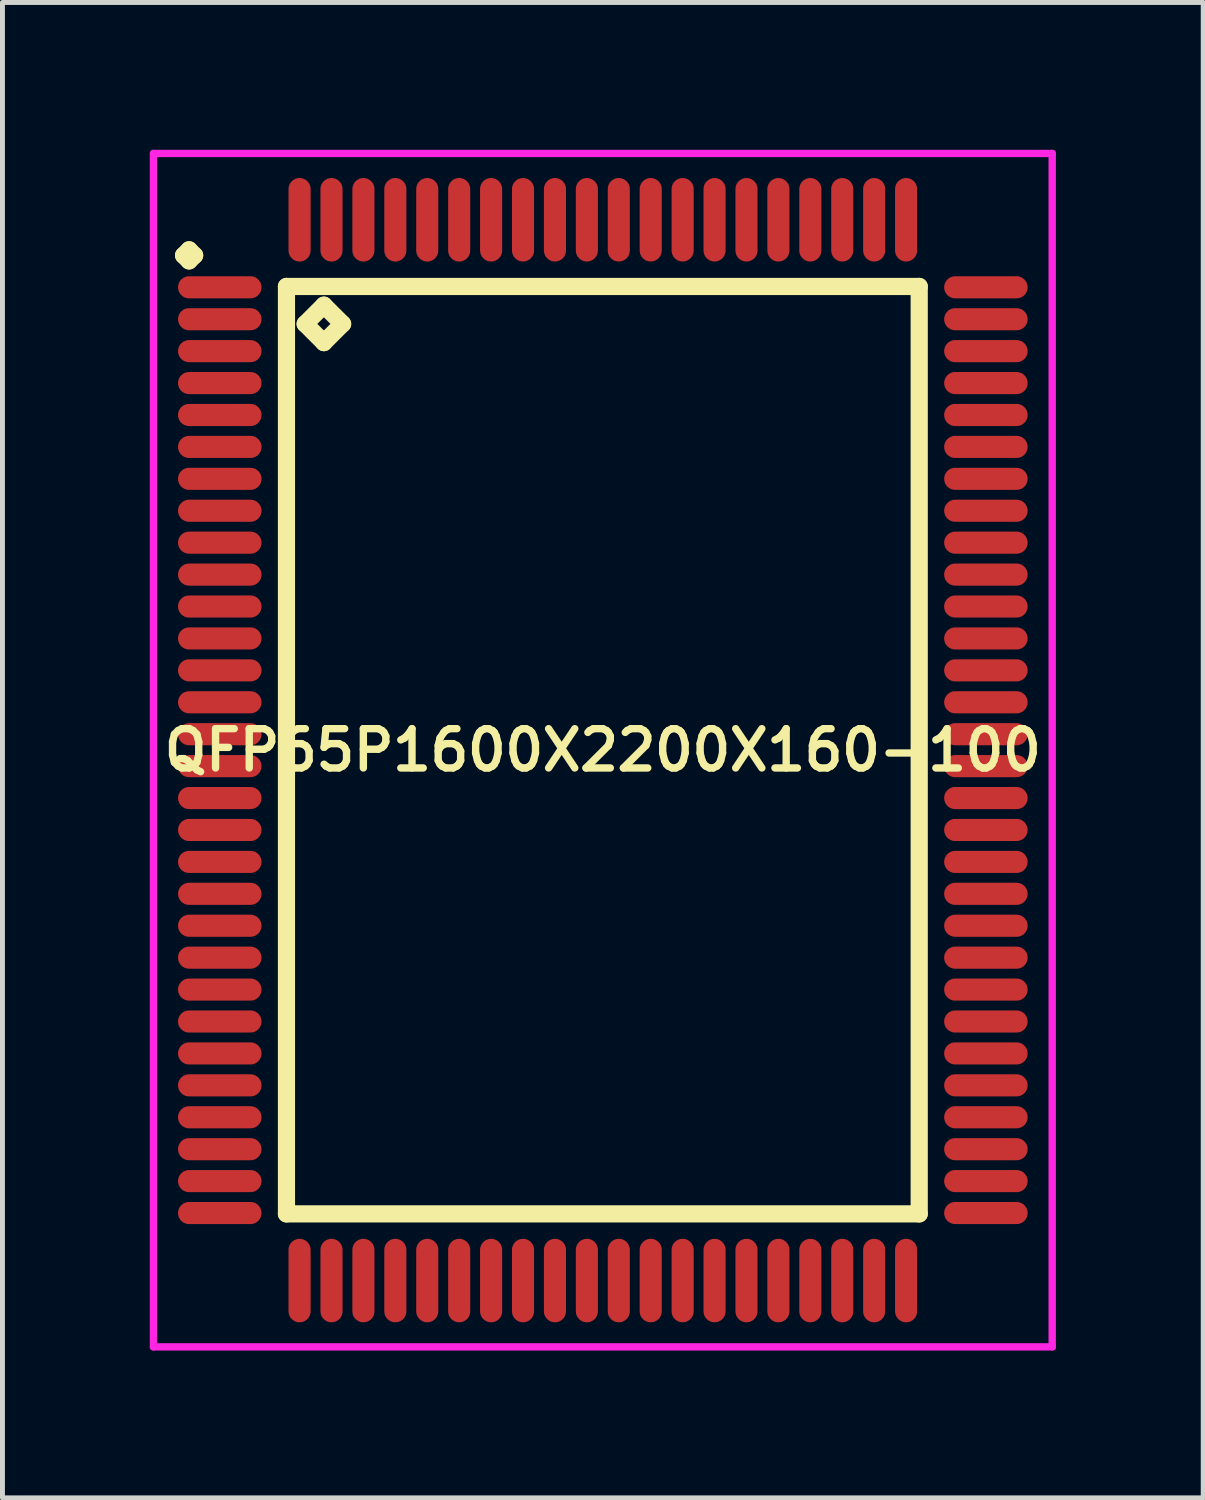
<source format=kicad_pcb>
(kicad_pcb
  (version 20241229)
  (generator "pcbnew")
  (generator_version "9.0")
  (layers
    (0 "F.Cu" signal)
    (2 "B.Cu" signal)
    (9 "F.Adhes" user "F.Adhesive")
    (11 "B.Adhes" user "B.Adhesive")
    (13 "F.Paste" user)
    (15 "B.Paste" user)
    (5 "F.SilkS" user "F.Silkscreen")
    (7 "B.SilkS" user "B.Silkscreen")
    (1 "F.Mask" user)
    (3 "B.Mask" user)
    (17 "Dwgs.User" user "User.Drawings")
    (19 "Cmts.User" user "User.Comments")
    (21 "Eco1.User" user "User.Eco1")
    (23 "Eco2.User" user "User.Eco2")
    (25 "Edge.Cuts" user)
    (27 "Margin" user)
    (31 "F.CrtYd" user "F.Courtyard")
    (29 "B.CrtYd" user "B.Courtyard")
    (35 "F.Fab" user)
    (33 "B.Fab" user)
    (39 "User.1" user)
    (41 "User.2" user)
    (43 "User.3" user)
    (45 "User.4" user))
  (footprint "QFP65P1600X2200X160-100"
    (layer "F.Cu")
    (at 9.225 12.225)
    (property "Reference" "QFP65P1600X2200X160-100" (at 0 0 0) (layer "F.SilkS") (effects (font (size 0.8 0.8) (thickness 0.15))))
    (attr smd)
    (fp_line (start -8.537 -10.075) (end -8.425 -10.188) (stroke (width 0.35) (type solid)) (layer "F.SilkS"))
    (fp_line (start -8.425 -10.188) (end -8.312 -10.075) (stroke (width 0.35) (type solid)) (layer "F.SilkS"))
    (fp_line (start -8.425 -9.963) (end -8.537 -10.075) (stroke (width 0.35) (type solid)) (layer "F.SilkS"))
    (fp_line (start -8.312 -10.075) (end -8.425 -9.963) (stroke (width 0.35) (type solid)) (layer "F.SilkS"))
    (fp_line (start -6.442 -9.442) (end -6.442 9.442) (stroke (width 0.35) (type solid)) (layer "F.SilkS"))
    (fp_line (start -6.442 9.442) (end 6.442 9.442) (stroke (width 0.35) (type solid)) (layer "F.SilkS"))
    (fp_line (start -6.061 -8.68) (end -5.68 -9.061) (stroke (width 0.35) (type solid)) (layer "F.SilkS"))
    (fp_line (start -5.68 -9.061) (end -5.299 -8.68) (stroke (width 0.35) (type solid)) (layer "F.SilkS"))
    (fp_line (start -5.68 -8.299) (end -6.061 -8.68) (stroke (width 0.35) (type solid)) (layer "F.SilkS"))
    (fp_line (start -5.299 -8.68) (end -5.68 -8.299) (stroke (width 0.35) (type solid)) (layer "F.SilkS"))
    (fp_line (start 6.442 -9.442) (end -6.442 -9.442) (stroke (width 0.35) (type solid)) (layer "F.SilkS"))
    (fp_line (start 6.442 9.442) (end 6.442 -9.442) (stroke (width 0.35) (type solid)) (layer "F.SilkS"))
    (fp_line (start -9.15 -12.15) (end 9.15 -12.15) (stroke (width 0.15) (type solid)) (layer "F.CrtYd"))
    (fp_line (start -9.15 12.15) (end -9.15 -12.15) (stroke (width 0.15) (type solid)) (layer "F.CrtYd"))
    (fp_line (start 9.15 -12.15) (end 9.15 12.15) (stroke (width 0.15) (type solid)) (layer "F.CrtYd"))
    (fp_line (start 9.15 12.15) (end -9.15 12.15) (stroke (width 0.15) (type solid)) (layer "F.CrtYd"))
    (pad "1" smd oval (at -7.8 -9.425) (size 1.7 0.45) (layers "F.Cu" "F.Mask" "F.Paste"))
    (pad "2" smd oval (at -7.8 -8.775) (size 1.7 0.45) (layers "F.Cu" "F.Mask" "F.Paste"))
    (pad "3" smd oval (at -7.8 -8.125) (size 1.7 0.45) (layers "F.Cu" "F.Mask" "F.Paste"))
    (pad "4" smd oval (at -7.8 -7.475) (size 1.7 0.45) (layers "F.Cu" "F.Mask" "F.Paste"))
    (pad "5" smd oval (at -7.8 -6.825) (size 1.7 0.45) (layers "F.Cu" "F.Mask" "F.Paste"))
    (pad "6" smd oval (at -7.8 -6.175) (size 1.7 0.45) (layers "F.Cu" "F.Mask" "F.Paste"))
    (pad "7" smd oval (at -7.8 -5.525) (size 1.7 0.45) (layers "F.Cu" "F.Mask" "F.Paste"))
    (pad "8" smd oval (at -7.8 -4.875) (size 1.7 0.45) (layers "F.Cu" "F.Mask" "F.Paste"))
    (pad "9" smd oval (at -7.8 -4.225) (size 1.7 0.45) (layers "F.Cu" "F.Mask" "F.Paste"))
    (pad "10" smd oval (at -7.8 -3.575) (size 1.7 0.45) (layers "F.Cu" "F.Mask" "F.Paste"))
    (pad "11" smd oval (at -7.8 -2.925) (size 1.7 0.45) (layers "F.Cu" "F.Mask" "F.Paste"))
    (pad "12" smd oval (at -7.8 -2.275) (size 1.7 0.45) (layers "F.Cu" "F.Mask" "F.Paste"))
    (pad "13" smd oval (at -7.8 -1.625) (size 1.7 0.45) (layers "F.Cu" "F.Mask" "F.Paste"))
    (pad "14" smd oval (at -7.8 -0.975) (size 1.7 0.45) (layers "F.Cu" "F.Mask" "F.Paste"))
    (pad "15" smd oval (at -7.8 -0.325) (size 1.7 0.45) (layers "F.Cu" "F.Mask" "F.Paste"))
    (pad "16" smd oval (at -7.8 0.325) (size 1.7 0.45) (layers "F.Cu" "F.Mask" "F.Paste"))
    (pad "17" smd oval (at -7.8 0.975) (size 1.7 0.45) (layers "F.Cu" "F.Mask" "F.Paste"))
    (pad "18" smd oval (at -7.8 1.625) (size 1.7 0.45) (layers "F.Cu" "F.Mask" "F.Paste"))
    (pad "19" smd oval (at -7.8 2.275) (size 1.7 0.45) (layers "F.Cu" "F.Mask" "F.Paste"))
    (pad "20" smd oval (at -7.8 2.925) (size 1.7 0.45) (layers "F.Cu" "F.Mask" "F.Paste"))
    (pad "21" smd oval (at -7.8 3.575) (size 1.7 0.45) (layers "F.Cu" "F.Mask" "F.Paste"))
    (pad "22" smd oval (at -7.8 4.225) (size 1.7 0.45) (layers "F.Cu" "F.Mask" "F.Paste"))
    (pad "23" smd oval (at -7.8 4.875) (size 1.7 0.45) (layers "F.Cu" "F.Mask" "F.Paste"))
    (pad "24" smd oval (at -7.8 5.525) (size 1.7 0.45) (layers "F.Cu" "F.Mask" "F.Paste"))
    (pad "25" smd oval (at -7.8 6.175) (size 1.7 0.45) (layers "F.Cu" "F.Mask" "F.Paste"))
    (pad "26" smd oval (at -7.8 6.825) (size 1.7 0.45) (layers "F.Cu" "F.Mask" "F.Paste"))
    (pad "27" smd oval (at -7.8 7.475) (size 1.7 0.45) (layers "F.Cu" "F.Mask" "F.Paste"))
    (pad "28" smd oval (at -7.8 8.125) (size 1.7 0.45) (layers "F.Cu" "F.Mask" "F.Paste"))
    (pad "29" smd oval (at -7.8 8.775) (size 1.7 0.45) (layers "F.Cu" "F.Mask" "F.Paste"))
    (pad "30" smd oval (at -7.8 9.425) (size 1.7 0.45) (layers "F.Cu" "F.Mask" "F.Paste"))
    (pad "31" smd oval (at -6.175 10.8) (size 0.45 1.7) (layers "F.Cu" "F.Mask" "F.Paste"))
    (pad "32" smd oval (at -5.525 10.8) (size 0.45 1.7) (layers "F.Cu" "F.Mask" "F.Paste"))
    (pad "33" smd oval (at -4.875 10.8) (size 0.45 1.7) (layers "F.Cu" "F.Mask" "F.Paste"))
    (pad "34" smd oval (at -4.225 10.8) (size 0.45 1.7) (layers "F.Cu" "F.Mask" "F.Paste"))
    (pad "35" smd oval (at -3.575 10.8) (size 0.45 1.7) (layers "F.Cu" "F.Mask" "F.Paste"))
    (pad "36" smd oval (at -2.925 10.8) (size 0.45 1.7) (layers "F.Cu" "F.Mask" "F.Paste"))
    (pad "37" smd oval (at -2.275 10.8) (size 0.45 1.7) (layers "F.Cu" "F.Mask" "F.Paste"))
    (pad "38" smd oval (at -1.625 10.8) (size 0.45 1.7) (layers "F.Cu" "F.Mask" "F.Paste"))
    (pad "39" smd oval (at -0.975 10.8) (size 0.45 1.7) (layers "F.Cu" "F.Mask" "F.Paste"))
    (pad "40" smd oval (at -0.325 10.8) (size 0.45 1.7) (layers "F.Cu" "F.Mask" "F.Paste"))
    (pad "41" smd oval (at 0.325 10.8) (size 0.45 1.7) (layers "F.Cu" "F.Mask" "F.Paste"))
    (pad "42" smd oval (at 0.975 10.8) (size 0.45 1.7) (layers "F.Cu" "F.Mask" "F.Paste"))
    (pad "43" smd oval (at 1.625 10.8) (size 0.45 1.7) (layers "F.Cu" "F.Mask" "F.Paste"))
    (pad "44" smd oval (at 2.275 10.8) (size 0.45 1.7) (layers "F.Cu" "F.Mask" "F.Paste"))
    (pad "45" smd oval (at 2.925 10.8) (size 0.45 1.7) (layers "F.Cu" "F.Mask" "F.Paste"))
    (pad "46" smd oval (at 3.575 10.8) (size 0.45 1.7) (layers "F.Cu" "F.Mask" "F.Paste"))
    (pad "47" smd oval (at 4.225 10.8) (size 0.45 1.7) (layers "F.Cu" "F.Mask" "F.Paste"))
    (pad "48" smd oval (at 4.875 10.8) (size 0.45 1.7) (layers "F.Cu" "F.Mask" "F.Paste"))
    (pad "49" smd oval (at 5.525 10.8) (size 0.45 1.7) (layers "F.Cu" "F.Mask" "F.Paste"))
    (pad "50" smd oval (at 6.175 10.8) (size 0.45 1.7) (layers "F.Cu" "F.Mask" "F.Paste"))
    (pad "51" smd oval (at 7.8 9.425) (size 1.7 0.45) (layers "F.Cu" "F.Mask" "F.Paste"))
    (pad "52" smd oval (at 7.8 8.775) (size 1.7 0.45) (layers "F.Cu" "F.Mask" "F.Paste"))
    (pad "53" smd oval (at 7.8 8.125) (size 1.7 0.45) (layers "F.Cu" "F.Mask" "F.Paste"))
    (pad "54" smd oval (at 7.8 7.475) (size 1.7 0.45) (layers "F.Cu" "F.Mask" "F.Paste"))
    (pad "55" smd oval (at 7.8 6.825) (size 1.7 0.45) (layers "F.Cu" "F.Mask" "F.Paste"))
    (pad "56" smd oval (at 7.8 6.175) (size 1.7 0.45) (layers "F.Cu" "F.Mask" "F.Paste"))
    (pad "57" smd oval (at 7.8 5.525) (size 1.7 0.45) (layers "F.Cu" "F.Mask" "F.Paste"))
    (pad "58" smd oval (at 7.8 4.875) (size 1.7 0.45) (layers "F.Cu" "F.Mask" "F.Paste"))
    (pad "59" smd oval (at 7.8 4.225) (size 1.7 0.45) (layers "F.Cu" "F.Mask" "F.Paste"))
    (pad "60" smd oval (at 7.8 3.575) (size 1.7 0.45) (layers "F.Cu" "F.Mask" "F.Paste"))
    (pad "61" smd oval (at 7.8 2.925) (size 1.7 0.45) (layers "F.Cu" "F.Mask" "F.Paste"))
    (pad "62" smd oval (at 7.8 2.275) (size 1.7 0.45) (layers "F.Cu" "F.Mask" "F.Paste"))
    (pad "63" smd oval (at 7.8 1.625) (size 1.7 0.45) (layers "F.Cu" "F.Mask" "F.Paste"))
    (pad "64" smd oval (at 7.8 0.975) (size 1.7 0.45) (layers "F.Cu" "F.Mask" "F.Paste"))
    (pad "65" smd oval (at 7.8 0.325) (size 1.7 0.45) (layers "F.Cu" "F.Mask" "F.Paste"))
    (pad "66" smd oval (at 7.8 -0.325) (size 1.7 0.45) (layers "F.Cu" "F.Mask" "F.Paste"))
    (pad "67" smd oval (at 7.8 -0.975) (size 1.7 0.45) (layers "F.Cu" "F.Mask" "F.Paste"))
    (pad "68" smd oval (at 7.8 -1.625) (size 1.7 0.45) (layers "F.Cu" "F.Mask" "F.Paste"))
    (pad "69" smd oval (at 7.8 -2.275) (size 1.7 0.45) (layers "F.Cu" "F.Mask" "F.Paste"))
    (pad "70" smd oval (at 7.8 -2.925) (size 1.7 0.45) (layers "F.Cu" "F.Mask" "F.Paste"))
    (pad "71" smd oval (at 7.8 -3.575) (size 1.7 0.45) (layers "F.Cu" "F.Mask" "F.Paste"))
    (pad "72" smd oval (at 7.8 -4.225) (size 1.7 0.45) (layers "F.Cu" "F.Mask" "F.Paste"))
    (pad "73" smd oval (at 7.8 -4.875) (size 1.7 0.45) (layers "F.Cu" "F.Mask" "F.Paste"))
    (pad "74" smd oval (at 7.8 -5.525) (size 1.7 0.45) (layers "F.Cu" "F.Mask" "F.Paste"))
    (pad "75" smd oval (at 7.8 -6.175) (size 1.7 0.45) (layers "F.Cu" "F.Mask" "F.Paste"))
    (pad "76" smd oval (at 7.8 -6.825) (size 1.7 0.45) (layers "F.Cu" "F.Mask" "F.Paste"))
    (pad "77" smd oval (at 7.8 -7.475) (size 1.7 0.45) (layers "F.Cu" "F.Mask" "F.Paste"))
    (pad "78" smd oval (at 7.8 -8.125) (size 1.7 0.45) (layers "F.Cu" "F.Mask" "F.Paste"))
    (pad "79" smd oval (at 7.8 -8.775) (size 1.7 0.45) (layers "F.Cu" "F.Mask" "F.Paste"))
    (pad "80" smd oval (at 7.8 -9.425) (size 1.7 0.45) (layers "F.Cu" "F.Mask" "F.Paste"))
    (pad "81" smd oval (at 6.175 -10.8) (size 0.45 1.7) (layers "F.Cu" "F.Mask" "F.Paste"))
    (pad "82" smd oval (at 5.525 -10.8) (size 0.45 1.7) (layers "F.Cu" "F.Mask" "F.Paste"))
    (pad "83" smd oval (at 4.875 -10.8) (size 0.45 1.7) (layers "F.Cu" "F.Mask" "F.Paste"))
    (pad "84" smd oval (at 4.225 -10.8) (size 0.45 1.7) (layers "F.Cu" "F.Mask" "F.Paste"))
    (pad "85" smd oval (at 3.575 -10.8) (size 0.45 1.7) (layers "F.Cu" "F.Mask" "F.Paste"))
    (pad "86" smd oval (at 2.925 -10.8) (size 0.45 1.7) (layers "F.Cu" "F.Mask" "F.Paste"))
    (pad "87" smd oval (at 2.275 -10.8) (size 0.45 1.7) (layers "F.Cu" "F.Mask" "F.Paste"))
    (pad "88" smd oval (at 1.625 -10.8) (size 0.45 1.7) (layers "F.Cu" "F.Mask" "F.Paste"))
    (pad "89" smd oval (at 0.975 -10.8) (size 0.45 1.7) (layers "F.Cu" "F.Mask" "F.Paste"))
    (pad "90" smd oval (at 0.325 -10.8) (size 0.45 1.7) (layers "F.Cu" "F.Mask" "F.Paste"))
    (pad "91" smd oval (at -0.325 -10.8) (size 0.45 1.7) (layers "F.Cu" "F.Mask" "F.Paste"))
    (pad "92" smd oval (at -0.975 -10.8) (size 0.45 1.7) (layers "F.Cu" "F.Mask" "F.Paste"))
    (pad "93" smd oval (at -1.625 -10.8) (size 0.45 1.7) (layers "F.Cu" "F.Mask" "F.Paste"))
    (pad "94" smd oval (at -2.275 -10.8) (size 0.45 1.7) (layers "F.Cu" "F.Mask" "F.Paste"))
    (pad "95" smd oval (at -2.925 -10.8) (size 0.45 1.7) (layers "F.Cu" "F.Mask" "F.Paste"))
    (pad "96" smd oval (at -3.575 -10.8) (size 0.45 1.7) (layers "F.Cu" "F.Mask" "F.Paste"))
    (pad "97" smd oval (at -4.225 -10.8) (size 0.45 1.7) (layers "F.Cu" "F.Mask" "F.Paste"))
    (pad "98" smd oval (at -4.875 -10.8) (size 0.45 1.7) (layers "F.Cu" "F.Mask" "F.Paste"))
    (pad "99" smd oval (at -5.525 -10.8) (size 0.45 1.7) (layers "F.Cu" "F.Mask" "F.Paste"))
    (pad "100" smd oval (at -6.175 -10.8) (size 0.45 1.7) (layers "F.Cu" "F.Mask" "F.Paste")))
  (gr_rect
    (start -3 -3)
    (end 21.45 27.45)
    (stroke (width 0.1) (type default))
    (fill no)
    (layer "Edge.Cuts")))
</source>
